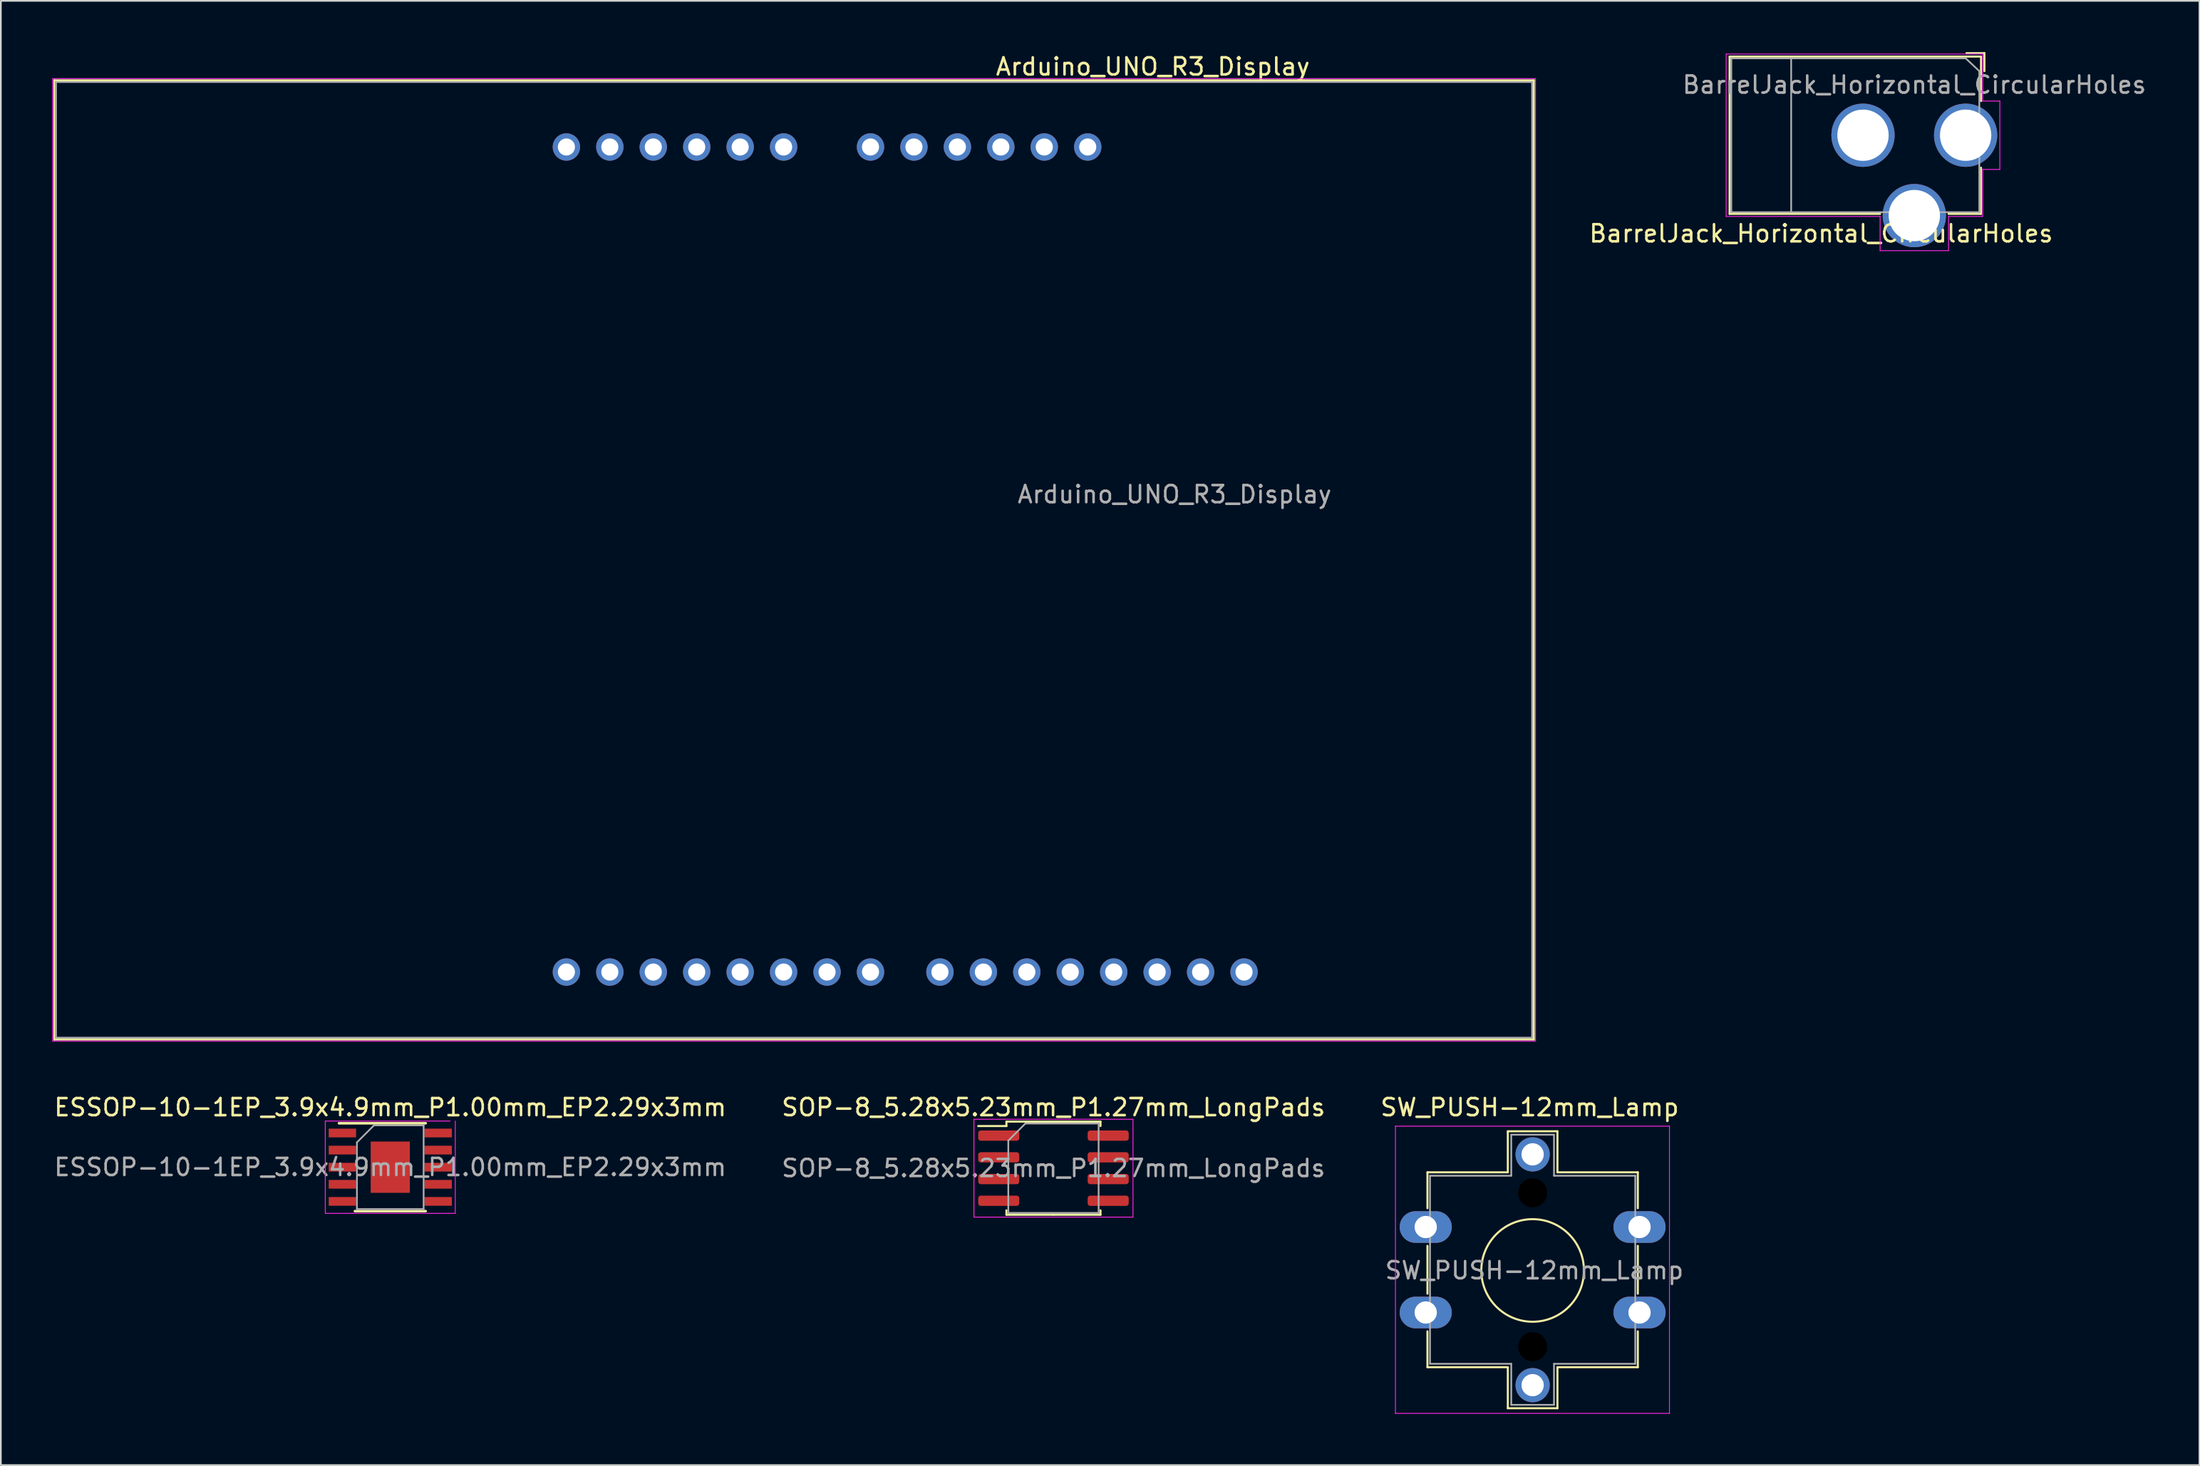
<source format=kicad_pcb>
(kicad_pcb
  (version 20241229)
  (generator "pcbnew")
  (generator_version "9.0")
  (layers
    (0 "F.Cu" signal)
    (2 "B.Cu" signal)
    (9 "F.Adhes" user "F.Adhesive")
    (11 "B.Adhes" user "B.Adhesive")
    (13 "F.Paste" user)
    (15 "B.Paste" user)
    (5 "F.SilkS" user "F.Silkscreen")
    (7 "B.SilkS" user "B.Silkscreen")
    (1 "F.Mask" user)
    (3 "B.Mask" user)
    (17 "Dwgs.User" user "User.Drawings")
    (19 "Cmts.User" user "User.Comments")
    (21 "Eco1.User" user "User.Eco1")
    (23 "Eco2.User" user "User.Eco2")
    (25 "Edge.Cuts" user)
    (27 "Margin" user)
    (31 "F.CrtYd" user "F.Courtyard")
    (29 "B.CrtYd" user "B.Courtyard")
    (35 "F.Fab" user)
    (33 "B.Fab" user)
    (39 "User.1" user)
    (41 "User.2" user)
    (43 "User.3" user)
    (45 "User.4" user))
  (footprint "ESSOP-10-1EP_3.9x4.9mm_P1.00mm_EP2.29x3mm"
    (layer "F.Cu")
    (at 19.768 65.222)
    (property "Reference" "ESSOP-10-1EP_3.9x4.9mm_P1.00mm_EP2.29x3mm" (at 0 -3.5 0) (layer "F.SilkS") (effects (font (size 1 1) (thickness 0.15))))
    (attr smd)
    (fp_line (start -3 -2.57) (end 2.07 -2.57) (stroke (width 0.15) (type solid)) (layer "F.SilkS"))
    (fp_line (start -2.07 2.57) (end 2.07 2.57) (stroke (width 0.15) (type solid)) (layer "F.SilkS"))
    (fp_line (start -3.8 -2.7) (end -3.8 2.7) (stroke (width 0.05) (type solid)) (layer "F.CrtYd"))
    (fp_line (start -3.8 -2.7) (end 3.5 -2.7) (stroke (width 0.05) (type solid)) (layer "F.CrtYd"))
    (fp_line (start -3.8 2.7) (end 3.8 2.7) (stroke (width 0.05) (type solid)) (layer "F.CrtYd"))
    (fp_line (start 3.8 -2.7) (end 3.8 2.7) (stroke (width 0.05) (type solid)) (layer "F.CrtYd"))
    (fp_line (start -1.95 -1.45) (end -0.95 -2.45) (stroke (width 0.1) (type solid)) (layer "F.Fab"))
    (fp_line (start -1.95 2.45) (end -1.95 -1.45) (stroke (width 0.1) (type solid)) (layer "F.Fab"))
    (fp_line (start -0.95 -2.45) (end 1.95 -2.45) (stroke (width 0.1) (type solid)) (layer "F.Fab"))
    (fp_line (start 1.95 -2.45) (end 1.95 2.45) (stroke (width 0.1) (type solid)) (layer "F.Fab"))
    (fp_line (start 1.95 2.45) (end -1.95 2.45) (stroke (width 0.1) (type solid)) (layer "F.Fab"))
    (fp_text user "${REFERENCE}" (at 0 0 0) (layer "F.Fab") (effects (font (size 1 1) (thickness 0.15))))
    (pad "1" smd rect (at -2.8 -2) (size 1.6 0.51) (layers "F.Cu" "F.Mask" "F.Paste"))
    (pad "2" smd rect (at -2.8 -1) (size 1.6 0.51) (layers "F.Cu" "F.Mask" "F.Paste"))
    (pad "3" smd rect (at -2.8 0) (size 1.6 0.51) (layers "F.Cu" "F.Mask" "F.Paste"))
    (pad "4" smd rect (at -2.8 1) (size 1.6 0.51) (layers "F.Cu" "F.Mask" "F.Paste"))
    (pad "5" smd rect (at -2.8 2) (size 1.6 0.51) (layers "F.Cu" "F.Mask" "F.Paste"))
    (pad "6" smd rect (at 2.8 2) (size 1.6 0.51) (layers "F.Cu" "F.Mask" "F.Paste"))
    (pad "7" smd rect (at 2.8 1) (size 1.6 0.51) (layers "F.Cu" "F.Mask" "F.Paste"))
    (pad "8" smd rect (at 2.8 0) (size 1.6 0.51) (layers "F.Cu" "F.Mask" "F.Paste"))
    (pad "9" smd rect (at 2.8 -1) (size 1.6 0.51) (layers "F.Cu" "F.Mask" "F.Paste"))
    (pad "10" smd rect (at 2.8 -2) (size 1.6 0.51) (layers "F.Cu" "F.Mask" "F.Paste"))
    (pad "11" smd rect (at 0 0) (size 2.29 3) (layers "F.Cu" "F.Mask")))
  (footprint "Arduino_UNO_R3_Display"
    (layer "F.Cu")
    (at 30.065 5.548)
    (property "Reference" "Arduino_UNO_R3_Display" (at 34.29 -4.7 180) (layer "F.SilkS") (effects (font (size 1 1) (thickness 0.15))))
    (attr through_hole)
    (fp_line (start -29.94 -3.9) (end 56.56 -3.9) (stroke (width 0.12) (type solid)) (layer "F.SilkS"))
    (fp_line (start -29.94 52.2) (end -29.94 -3.9) (stroke (width 0.12) (type solid)) (layer "F.SilkS"))
    (fp_line (start 56.56 -3.9) (end 56.56 52.2) (stroke (width 0.12) (type solid)) (layer "F.SilkS"))
    (fp_line (start 56.56 52.2) (end -29.94 52.2) (stroke (width 0.12) (type solid)) (layer "F.SilkS"))
    (fp_line (start -30.04 52.3) (end -30.04 -4) (stroke (width 0.05) (type solid)) (layer "F.CrtYd"))
    (fp_line (start -30.04 52.3) (end 56.66 52.3) (stroke (width 0.05) (type solid)) (layer "F.CrtYd"))
    (fp_line (start 56.66 -4) (end -30.04 -4) (stroke (width 0.05) (type solid)) (layer "F.CrtYd"))
    (fp_line (start 56.66 -4) (end 56.66 52.3) (stroke (width 0.05) (type solid)) (layer "F.CrtYd"))
    (fp_line (start -29.84 -3.8) (end -29.84 52.1) (stroke (width 0.1) (type solid)) (layer "F.Fab"))
    (fp_line (start -29.84 52.1) (end 56.46 52.1) (stroke (width 0.1) (type solid)) (layer "F.Fab"))
    (fp_line (start 56.46 -3.8) (end -29.84 -3.8) (stroke (width 0.1) (type solid)) (layer "F.Fab"))
    (fp_line (start 56.46 52.1) (end 56.46 -3.8) (stroke (width 0.1) (type solid)) (layer "F.Fab"))
    (fp_text user "${REFERENCE}" (at 35.56 20.32 180) (layer "F.Fab") (effects (font (size 1 1) (thickness 0.15))))
    (pad "3" thru_hole oval (at 30.48 0 270) (size 1.6 1.6) (drill 1) (layers "*.Cu" "*.Mask"))
    (pad "4" thru_hole oval (at 27.94 0 270) (size 1.6 1.6) (drill 1) (layers "*.Cu" "*.Mask"))
    (pad "5" thru_hole oval (at 25.4 0 270) (size 1.6 1.6) (drill 1) (layers "*.Cu" "*.Mask"))
    (pad "6" thru_hole oval (at 22.86 0 270) (size 1.6 1.6) (drill 1) (layers "*.Cu" "*.Mask"))
    (pad "7" thru_hole oval (at 20.32 0 270) (size 1.6 1.6) (drill 1) (layers "*.Cu" "*.Mask"))
    (pad "8" thru_hole oval (at 17.78 0 270) (size 1.6 1.6) (drill 1) (layers "*.Cu" "*.Mask"))
    (pad "9" thru_hole oval (at 12.7 0 270) (size 1.6 1.6) (drill 1) (layers "*.Cu" "*.Mask"))
    (pad "10" thru_hole oval (at 10.16 0 270) (size 1.6 1.6) (drill 1) (layers "*.Cu" "*.Mask"))
    (pad "11" thru_hole oval (at 7.62 0 270) (size 1.6 1.6) (drill 1) (layers "*.Cu" "*.Mask"))
    (pad "12" thru_hole oval (at 5.08 0 270) (size 1.6 1.6) (drill 1) (layers "*.Cu" "*.Mask"))
    (pad "13" thru_hole oval (at 2.54 0 270) (size 1.6 1.6) (drill 1) (layers "*.Cu" "*.Mask"))
    (pad "14" thru_hole oval (at 0 0 270) (size 1.6 1.6) (drill 1) (layers "*.Cu" "*.Mask"))
    (pad "15" thru_hole oval (at 0 48.26 270) (size 1.6 1.6) (drill 1) (layers "*.Cu" "*.Mask"))
    (pad "16" thru_hole oval (at 2.54 48.26 270) (size 1.6 1.6) (drill 1) (layers "*.Cu" "*.Mask"))
    (pad "17" thru_hole oval (at 5.08 48.26 270) (size 1.6 1.6) (drill 1) (layers "*.Cu" "*.Mask"))
    (pad "18" thru_hole oval (at 7.62 48.26 270) (size 1.6 1.6) (drill 1) (layers "*.Cu" "*.Mask"))
    (pad "19" thru_hole oval (at 10.16 48.26 270) (size 1.6 1.6) (drill 1) (layers "*.Cu" "*.Mask"))
    (pad "20" thru_hole oval (at 12.7 48.26 270) (size 1.6 1.6) (drill 1) (layers "*.Cu" "*.Mask"))
    (pad "21" thru_hole oval (at 15.24 48.26 270) (size 1.6 1.6) (drill 1) (layers "*.Cu" "*.Mask"))
    (pad "22" thru_hole oval (at 17.78 48.26 270) (size 1.6 1.6) (drill 1) (layers "*.Cu" "*.Mask"))
    (pad "23" thru_hole oval (at 21.84 48.26 270) (size 1.6 1.6) (drill 1) (layers "*.Cu" "*.Mask"))
    (pad "24" thru_hole oval (at 24.38 48.26 270) (size 1.6 1.6) (drill 1) (layers "*.Cu" "*.Mask"))
    (pad "25" thru_hole oval (at 26.92 48.26 270) (size 1.6 1.6) (drill 1) (layers "*.Cu" "*.Mask"))
    (pad "26" thru_hole oval (at 29.46 48.26 270) (size 1.6 1.6) (drill 1) (layers "*.Cu" "*.Mask"))
    (pad "27" thru_hole oval (at 32 48.26 270) (size 1.6 1.6) (drill 1) (layers "*.Cu" "*.Mask"))
    (pad "28" thru_hole oval (at 34.54 48.26 270) (size 1.6 1.6) (drill 1) (layers "*.Cu" "*.Mask"))
    (pad "29" thru_hole oval (at 37.08 48.26 270) (size 1.6 1.6) (drill 1) (layers "*.Cu" "*.Mask"))
    (pad "30" thru_hole oval (at 39.62 48.26 270) (size 1.6 1.6) (drill 1) (layers "*.Cu" "*.Mask")))
  (footprint "SOP-8_5.28x5.23mm_P1.27mm_LongPads"
    (layer "F.Cu")
    (at 58.542 65.281)
    (property "Reference" "SOP-8_5.28x5.23mm_P1.27mm_LongPads" (at 0 -3.56 0) (layer "F.SilkS") (effects (font (size 1 1) (thickness 0.15))))
    (attr smd)
    (fp_line (start -2.75 -2.725) (end -2.75 -2.465) (stroke (width 0.12) (type solid)) (layer "F.SilkS"))
    (fp_line (start -2.75 -2.465) (end -4.4 -2.465) (stroke (width 0.12) (type solid)) (layer "F.SilkS"))
    (fp_line (start -2.75 2.725) (end -2.75 2.465) (stroke (width 0.12) (type solid)) (layer "F.SilkS"))
    (fp_line (start 0 -2.725) (end -2.75 -2.725) (stroke (width 0.12) (type solid)) (layer "F.SilkS"))
    (fp_line (start 0 -2.725) (end 2.75 -2.725) (stroke (width 0.12) (type solid)) (layer "F.SilkS"))
    (fp_line (start 0 2.725) (end -2.75 2.725) (stroke (width 0.12) (type solid)) (layer "F.SilkS"))
    (fp_line (start 0 2.725) (end 2.75 2.725) (stroke (width 0.12) (type solid)) (layer "F.SilkS"))
    (fp_line (start 2.75 -2.725) (end 2.75 -2.465) (stroke (width 0.12) (type solid)) (layer "F.SilkS"))
    (fp_line (start 2.75 2.725) (end 2.75 2.465) (stroke (width 0.12) (type solid)) (layer "F.SilkS"))
    (fp_line (start -4.65 -2.86) (end -4.65 2.86) (stroke (width 0.05) (type solid)) (layer "F.CrtYd"))
    (fp_line (start -4.65 2.86) (end 4.65 2.86) (stroke (width 0.05) (type solid)) (layer "F.CrtYd"))
    (fp_line (start 4.65 -2.86) (end -4.65 -2.86) (stroke (width 0.05) (type solid)) (layer "F.CrtYd"))
    (fp_line (start 4.65 2.86) (end 4.65 -2.86) (stroke (width 0.05) (type solid)) (layer "F.CrtYd"))
    (fp_line (start -2.64 -1.615) (end -1.64 -2.615) (stroke (width 0.1) (type solid)) (layer "F.Fab"))
    (fp_line (start -2.64 2.615) (end -2.64 -1.615) (stroke (width 0.1) (type solid)) (layer "F.Fab"))
    (fp_line (start -1.64 -2.615) (end 2.64 -2.615) (stroke (width 0.1) (type solid)) (layer "F.Fab"))
    (fp_line (start 2.64 -2.615) (end 2.64 2.615) (stroke (width 0.1) (type solid)) (layer "F.Fab"))
    (fp_line (start 2.64 2.615) (end -2.64 2.615) (stroke (width 0.1) (type solid)) (layer "F.Fab"))
    (fp_text user "${REFERENCE}" (at 0 0 0) (layer "F.Fab") (effects (font (size 1 1) (thickness 0.15))))
    (pad "1" smd roundrect (at -3.2 -1.905) (size 2.4 0.6) (layers "F.Cu" "F.Mask" "F.Paste") (roundrect_rratio 0.25))
    (pad "2" smd roundrect (at -3.2 -0.635) (size 2.4 0.6) (layers "F.Cu" "F.Mask" "F.Paste") (roundrect_rratio 0.25))
    (pad "3" smd roundrect (at -3.2 0.635) (size 2.4 0.6) (layers "F.Cu" "F.Mask" "F.Paste") (roundrect_rratio 0.25))
    (pad "4" smd roundrect (at -3.2 1.905) (size 2.4 0.6) (layers "F.Cu" "F.Mask" "F.Paste") (roundrect_rratio 0.25))
    (pad "5" smd roundrect (at 3.2 1.905) (size 2.4 0.6) (layers "F.Cu" "F.Mask" "F.Paste") (roundrect_rratio 0.25))
    (pad "6" smd roundrect (at 3.2 0.635) (size 2.4 0.6) (layers "F.Cu" "F.Mask" "F.Paste") (roundrect_rratio 0.25))
    (pad "7" smd roundrect (at 3.2 -0.635) (size 2.4 0.6) (layers "F.Cu" "F.Mask" "F.Paste") (roundrect_rratio 0.25))
    (pad "8" smd roundrect (at 3.2 -1.905) (size 2.4 0.6) (layers "F.Cu" "F.Mask" "F.Paste") (roundrect_rratio 0.25)))
  (footprint "SW_PUSH-12mm_Lamp"
    (layer "F.Cu")
    (at 80.307 68.722)
    (property "Reference" "SW_PUSH-12mm_Lamp" (at 6.08 -7 0) (layer "F.SilkS") (effects (font (size 1 1) (thickness 0.15))))
    (attr through_hole)
    (fp_line (start 0.1 -3.2) (end 4.8 -3.2) (stroke (width 0.12) (type solid)) (layer "F.SilkS"))
    (fp_line (start 0.1 -1.1) (end 0.1 -3.2) (stroke (width 0.12) (type solid)) (layer "F.SilkS"))
    (fp_line (start 0.1 3.9) (end 0.1 1.1) (stroke (width 0.12) (type solid)) (layer "F.SilkS"))
    (fp_line (start 0.1 8.2) (end 0.1 6.1) (stroke (width 0.12) (type solid)) (layer "F.SilkS"))
    (fp_line (start 4.8 -5.6) (end 7.7 -5.6) (stroke (width 0.12) (type solid)) (layer "F.SilkS"))
    (fp_line (start 4.8 -3.2) (end 4.8 -5.6) (stroke (width 0.12) (type solid)) (layer "F.SilkS"))
    (fp_line (start 4.8 8.2) (end 0.1 8.2) (stroke (width 0.12) (type solid)) (layer "F.SilkS"))
    (fp_line (start 4.8 8.2) (end 4.8 10.6) (stroke (width 0.12) (type solid)) (layer "F.SilkS"))
    (fp_line (start 4.8 10.6) (end 7.7 10.6) (stroke (width 0.12) (type solid)) (layer "F.SilkS"))
    (fp_line (start 7.7 -5.6) (end 7.7 -3.2) (stroke (width 0.12) (type solid)) (layer "F.SilkS"))
    (fp_line (start 7.7 -3.2) (end 12.4 -3.2) (stroke (width 0.12) (type solid)) (layer "F.SilkS"))
    (fp_line (start 7.7 8.2) (end 12.4 8.2) (stroke (width 0.12) (type solid)) (layer "F.SilkS"))
    (fp_line (start 7.7 10.6) (end 7.7 8.2) (stroke (width 0.12) (type solid)) (layer "F.SilkS"))
    (fp_line (start 12.4 -3.2) (end 12.4 -1.1) (stroke (width 0.12) (type solid)) (layer "F.SilkS"))
    (fp_line (start 12.4 1.1) (end 12.4 3.9) (stroke (width 0.12) (type solid)) (layer "F.SilkS"))
    (fp_line (start 12.4 6.1) (end 12.4 8.2) (stroke (width 0.12) (type solid)) (layer "F.SilkS"))
    (fp_circle (center 6.25 2.54) (end 9.25 2.54) (stroke (width 0.12) (type solid)) (fill no) (layer "F.SilkS"))
    (fp_line (start -1.77 -5.9) (end -1.77 10.9) (stroke (width 0.05) (type solid)) (layer "F.CrtYd"))
    (fp_line (start -1.77 -5.9) (end 14.25 -5.9) (stroke (width 0.05) (type solid)) (layer "F.CrtYd"))
    (fp_line (start 14.25 10.9) (end -1.77 10.9) (stroke (width 0.05) (type solid)) (layer "F.CrtYd"))
    (fp_line (start 14.25 10.9) (end 14.25 -5.9) (stroke (width 0.05) (type solid)) (layer "F.CrtYd"))
    (fp_line (start 0.25 -3) (end 0.25 8) (stroke (width 0.1) (type solid)) (layer "F.Fab"))
    (fp_line (start 0.25 -3) (end 5 -3) (stroke (width 0.1) (type solid)) (layer "F.Fab"))
    (fp_line (start 0.25 8) (end 5 8) (stroke (width 0.1) (type solid)) (layer "F.Fab"))
    (fp_line (start 5 -5.4) (end 7.5 -5.4) (stroke (width 0.1) (type solid)) (layer "F.Fab"))
    (fp_line (start 5 -3) (end 5 -5.4) (stroke (width 0.1) (type solid)) (layer "F.Fab"))
    (fp_line (start 5 8) (end 5 10.4) (stroke (width 0.1) (type solid)) (layer "F.Fab"))
    (fp_line (start 5 10.4) (end 7.5 10.4) (stroke (width 0.1) (type solid)) (layer "F.Fab"))
    (fp_line (start 7.5 -5.4) (end 7.5 -3) (stroke (width 0.1) (type solid)) (layer "F.Fab"))
    (fp_line (start 7.5 -3) (end 12.25 -3) (stroke (width 0.1) (type solid)) (layer "F.Fab"))
    (fp_line (start 7.5 8) (end 12.25 8) (stroke (width 0.1) (type solid)) (layer "F.Fab"))
    (fp_line (start 7.5 10.4) (end 7.5 8) (stroke (width 0.1) (type solid)) (layer "F.Fab"))
    (fp_line (start 12.25 -3) (end 12.25 8) (stroke (width 0.1) (type solid)) (layer "F.Fab"))
    (fp_text user "${REFERENCE}" (at 6.35 2.54 0) (layer "F.Fab") (effects (font (size 1 1) (thickness 0.15))))
    (pad "" np_thru_hole circle (at 6.25 -2) (size 1.7 1.7) (drill 1.7) (layers "*.Mask"))
    (pad "" np_thru_hole circle (at 6.25 7) (size 1.7 1.7) (drill 1.7) (layers "*.Mask"))
    (pad "1" thru_hole oval (at 0 0) (size 3.048 1.85) (drill 1.3) (layers "*.Cu" "*.Mask"))
    (pad "1" thru_hole oval (at 12.5 0) (size 3.048 1.85) (drill 1.3) (layers "*.Cu" "*.Mask"))
    (pad "2" thru_hole oval (at 0 5) (size 3.048 1.85) (drill 1.3) (layers "*.Cu" "*.Mask"))
    (pad "2" thru_hole oval (at 12.5 5) (size 3.048 1.85) (drill 1.3) (layers "*.Cu" "*.Mask"))
    (pad "3" thru_hole circle (at 6.25 -4.25) (size 2 2) (drill 1.3) (layers "*.Cu" "*.Mask"))
    (pad "4" thru_hole circle (at 6.25 9.25) (size 2 2) (drill 1.3) (layers "*.Cu" "*.Mask")))
  (footprint "BarrelJack_Horizontal_CircularHoles"
    (layer "F.Cu")
    (at 111.873 4.86)
    (property "Reference" "BarrelJack_Horizontal_CircularHoles" (at -8.45 5.75 0) (layer "F.SilkS") (effects (font (size 1 1) (thickness 0.15))))
    (attr through_hole)
    (fp_line (start -13.8 -4.6) (end 0.9 -4.6) (stroke (width 0.12) (type solid)) (layer "F.SilkS"))
    (fp_line (start -13.8 4.6) (end -13.8 -4.6) (stroke (width 0.12) (type solid)) (layer "F.SilkS"))
    (fp_line (start -5 4.6) (end -13.8 4.6) (stroke (width 0.12) (type solid)) (layer "F.SilkS"))
    (fp_line (start 0.05 -4.8) (end 1.1 -4.8) (stroke (width 0.12) (type solid)) (layer "F.SilkS"))
    (fp_line (start 0.9 -4.6) (end 0.9 -2) (stroke (width 0.12) (type solid)) (layer "F.SilkS"))
    (fp_line (start 0.9 1.9) (end 0.9 4.6) (stroke (width 0.12) (type solid)) (layer "F.SilkS"))
    (fp_line (start 0.9 4.6) (end -1 4.6) (stroke (width 0.12) (type solid)) (layer "F.SilkS"))
    (fp_line (start 1.1 -3.75) (end 1.1 -4.8) (stroke (width 0.12) (type solid)) (layer "F.SilkS"))
    (fp_line (start -14 4.75) (end -14 -4.75) (stroke (width 0.05) (type solid)) (layer "F.CrtYd"))
    (fp_line (start -5 4.75) (end -14 4.75) (stroke (width 0.05) (type solid)) (layer "F.CrtYd"))
    (fp_line (start -5 6.75) (end -5 4.75) (stroke (width 0.05) (type solid)) (layer "F.CrtYd"))
    (fp_line (start -1 4.75) (end -1 6.75) (stroke (width 0.05) (type solid)) (layer "F.CrtYd"))
    (fp_line (start -1 6.75) (end -5 6.75) (stroke (width 0.05) (type solid)) (layer "F.CrtYd"))
    (fp_line (start 1 -4.75) (end -14 -4.75) (stroke (width 0.05) (type solid)) (layer "F.CrtYd"))
    (fp_line (start 1 -4.5) (end 1 -4.75) (stroke (width 0.05) (type solid)) (layer "F.CrtYd"))
    (fp_line (start 1 -4.5) (end 1 -2) (stroke (width 0.05) (type solid)) (layer "F.CrtYd"))
    (fp_line (start 1 -2) (end 2 -2) (stroke (width 0.05) (type solid)) (layer "F.CrtYd"))
    (fp_line (start 1 2) (end 1 4.75) (stroke (width 0.05) (type solid)) (layer "F.CrtYd"))
    (fp_line (start 1 4.75) (end -1 4.75) (stroke (width 0.05) (type solid)) (layer "F.CrtYd"))
    (fp_line (start 2 -2) (end 2 2) (stroke (width 0.05) (type solid)) (layer "F.CrtYd"))
    (fp_line (start 2 2) (end 1 2) (stroke (width 0.05) (type solid)) (layer "F.CrtYd"))
    (fp_line (start -13.7 -4.5) (end -13.7 4.5) (stroke (width 0.1) (type solid)) (layer "F.Fab"))
    (fp_line (start -13.7 4.5) (end 0.8 4.5) (stroke (width 0.1) (type solid)) (layer "F.Fab"))
    (fp_line (start -10.2 -4.5) (end -10.2 4.5) (stroke (width 0.1) (type solid)) (layer "F.Fab"))
    (fp_line (start -0.003 -4.505) (end 0.8 -3.75) (stroke (width 0.1) (type solid)) (layer "F.Fab"))
    (fp_line (start 0 -4.5) (end -13.7 -4.5) (stroke (width 0.1) (type solid)) (layer "F.Fab"))
    (fp_line (start 0.8 4.5) (end 0.8 -3.75) (stroke (width 0.1) (type solid)) (layer "F.Fab"))
    (fp_text user "${REFERENCE}" (at -3 -2.95 0) (layer "F.Fab") (effects (font (size 1 1) (thickness 0.15))))
    (pad "1" thru_hole circle (at 0 0) (size 3.7 3.7) (drill 3) (layers "*.Cu" "*.Mask"))
    (pad "2" thru_hole circle (at -6 0) (size 3.7 3.7) (drill 3) (layers "*.Cu" "*.Mask"))
    (pad "3" thru_hole circle (at -3 4.7) (size 3.7 3.7) (drill 3) (layers "*.Cu" "*.Mask")))
  (gr_rect
    (start -3 -3)
    (end 125.545 82.647)
    (stroke (width 0.1) (type default))
    (fill no)
    (layer "Edge.Cuts")))
</source>
